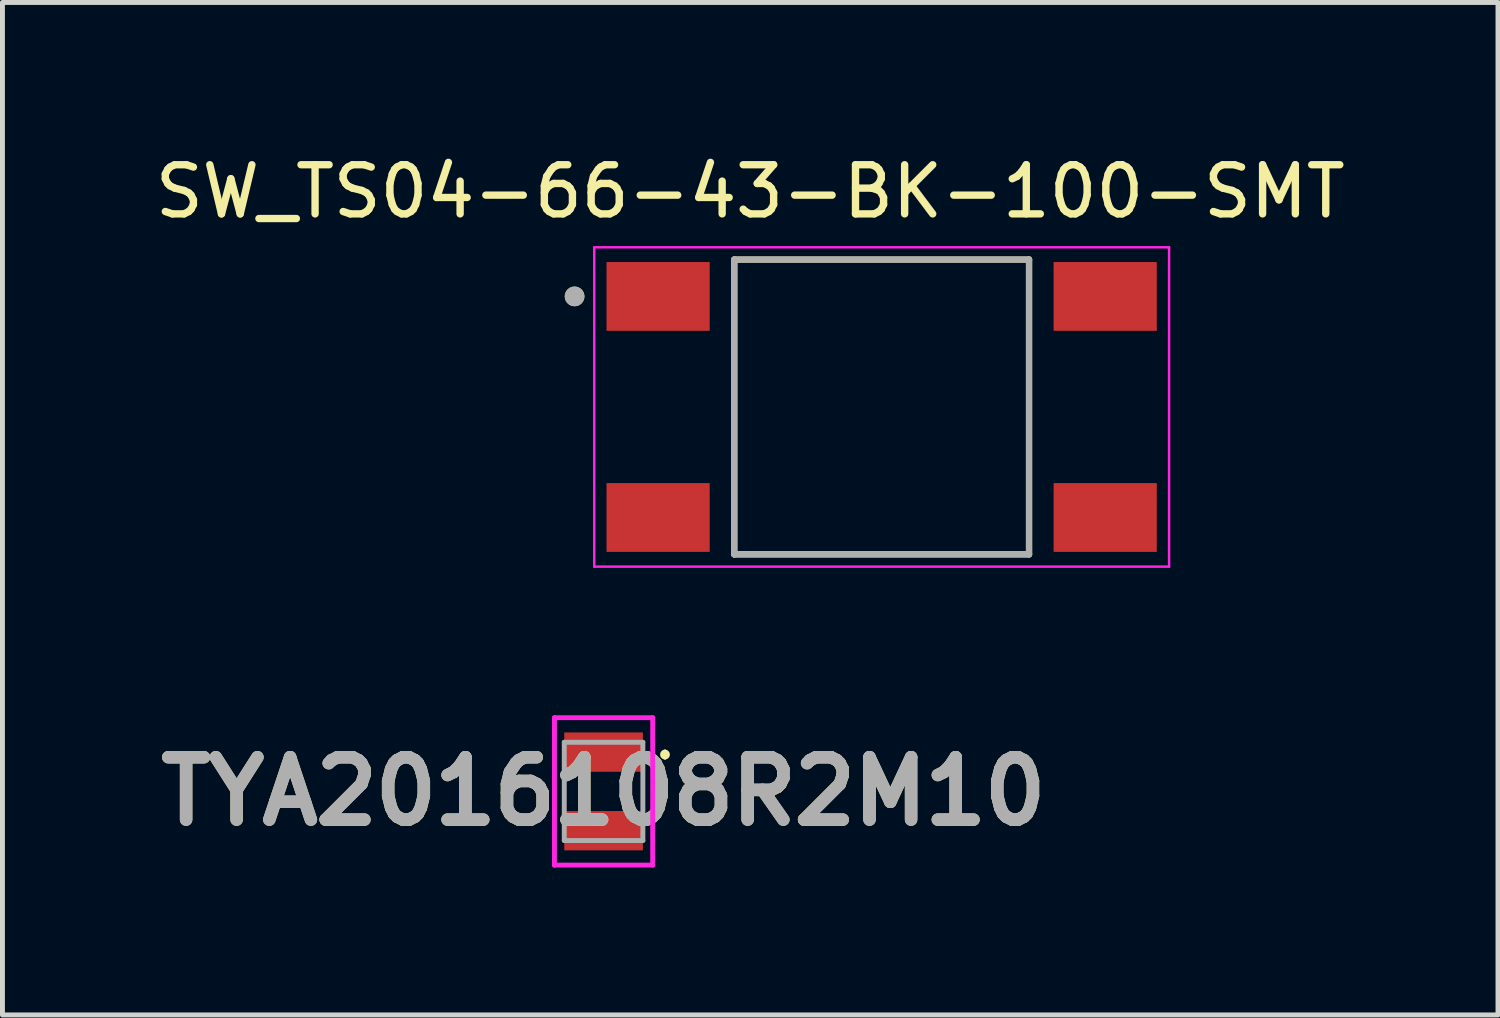
<source format=kicad_pcb>
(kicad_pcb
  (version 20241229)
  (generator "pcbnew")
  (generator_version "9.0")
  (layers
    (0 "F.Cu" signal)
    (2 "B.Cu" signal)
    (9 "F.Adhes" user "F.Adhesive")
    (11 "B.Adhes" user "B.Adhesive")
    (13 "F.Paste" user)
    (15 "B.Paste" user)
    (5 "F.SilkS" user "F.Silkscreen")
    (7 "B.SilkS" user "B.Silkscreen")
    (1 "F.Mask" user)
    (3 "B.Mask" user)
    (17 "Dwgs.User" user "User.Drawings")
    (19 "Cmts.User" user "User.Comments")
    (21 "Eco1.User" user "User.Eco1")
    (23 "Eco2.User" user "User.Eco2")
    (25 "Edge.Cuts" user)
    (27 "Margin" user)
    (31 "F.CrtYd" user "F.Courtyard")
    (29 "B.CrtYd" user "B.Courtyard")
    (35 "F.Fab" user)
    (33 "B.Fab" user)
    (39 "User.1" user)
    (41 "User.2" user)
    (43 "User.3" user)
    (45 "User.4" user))
  (footprint "SW_TS04-66-43-BK-100-SMT"
    (layer "F.Cu")
    (at 14.895 5.233)
    (property "Reference" "SW_TS04-66-43-BK-100-SMT" (at -2.675 -4.385 0) (layer "F.SilkS") (effects (font (size 1 1) (thickness 0.15))))
    (attr smd)
    (fp_line (start -3 -3) (end -3 3) (stroke (width 0.127) (type solid)) (layer "F.SilkS"))
    (fp_line (start -3 3) (end 3 3) (stroke (width 0.127) (type solid)) (layer "F.SilkS"))
    (fp_line (start 3 -3) (end -3 -3) (stroke (width 0.127) (type solid)) (layer "F.SilkS"))
    (fp_line (start 3 3) (end 3 -3) (stroke (width 0.127) (type solid)) (layer "F.SilkS"))
    (fp_circle (center -6.25 -2.25) (end -6.15 -2.25) (stroke (width 0.2) (type solid)) (fill no) (layer "F.SilkS"))
    (fp_line (start -5.85 -3.25) (end -5.85 3.25) (stroke (width 0.05) (type solid)) (layer "F.CrtYd"))
    (fp_line (start -5.85 3.25) (end 5.85 3.25) (stroke (width 0.05) (type solid)) (layer "F.CrtYd"))
    (fp_line (start 5.85 -3.25) (end -5.85 -3.25) (stroke (width 0.05) (type solid)) (layer "F.CrtYd"))
    (fp_line (start 5.85 3.25) (end 5.85 -3.25) (stroke (width 0.05) (type solid)) (layer "F.CrtYd"))
    (fp_line (start -3 -3) (end -3 3) (stroke (width 0.127) (type solid)) (layer "F.Fab"))
    (fp_line (start -3 3) (end 3 3) (stroke (width 0.127) (type solid)) (layer "F.Fab"))
    (fp_line (start 3 -3) (end -3 -3) (stroke (width 0.127) (type solid)) (layer "F.Fab"))
    (fp_line (start 3 3) (end 3 -3) (stroke (width 0.127) (type solid)) (layer "F.Fab"))
    (fp_circle (center -6.25 -2.25) (end -6.15 -2.25) (stroke (width 0.2) (type solid)) (fill no) (layer "F.Fab"))
    (pad "1" smd rect (at -4.55 -2.25) (size 2.1 1.4) (layers "F.Cu" "F.Mask" "F.Paste"))
    (pad "2" smd rect (at -4.55 2.25) (size 2.1 1.4) (layers "F.Cu" "F.Mask" "F.Paste"))
    (pad "3" smd rect (at 4.55 -2.25) (size 2.1 1.4) (layers "F.Cu" "F.Mask" "F.Paste"))
    (pad "4" smd rect (at 4.55 2.25) (size 2.1 1.4) (layers "F.Cu" "F.Mask" "F.Paste")))
  (footprint "TYA2016108R2M10"
    (layer "F.Cu")
    (at 9.235 13.058)
    (property "Reference" "TYA2016108R2M10" (at 0 0 0) (layer "F.SilkS") (effects (font (size 1.27 1.27) (thickness 0.254))))
    (attr smd)
    (fp_line (start 1.25 -0.8) (end 1.25 -0.8) (stroke (width 0.1) (type solid)) (layer "F.SilkS"))
    (fp_line (start 1.25 -0.7) (end 1.25 -0.7) (stroke (width 0.1) (type solid)) (layer "F.SilkS"))
    (fp_arc (start 1.25 -0.8) (mid 1.3 -0.75) (end 1.25 -0.7) (stroke (width 0.1) (type solid)) (layer "F.SilkS"))
    (fp_arc (start 1.25 -0.7) (mid 1.2 -0.75) (end 1.25 -0.8) (stroke (width 0.1) (type solid)) (layer "F.SilkS"))
    (fp_line (start -1 -1.5) (end 1 -1.5) (stroke (width 0.1) (type solid)) (layer "F.CrtYd"))
    (fp_line (start -1 1.5) (end -1 -1.5) (stroke (width 0.1) (type solid)) (layer "F.CrtYd"))
    (fp_line (start 1 -1.5) (end 1 1.5) (stroke (width 0.1) (type solid)) (layer "F.CrtYd"))
    (fp_line (start 1 1.5) (end -1 1.5) (stroke (width 0.1) (type solid)) (layer "F.CrtYd"))
    (fp_line (start -0.8 -1) (end 0.8 -1) (stroke (width 0.1) (type solid)) (layer "F.Fab"))
    (fp_line (start -0.8 1) (end -0.8 -1) (stroke (width 0.1) (type solid)) (layer "F.Fab"))
    (fp_line (start 0.8 -1) (end 0.8 1) (stroke (width 0.1) (type solid)) (layer "F.Fab"))
    (fp_line (start 0.8 1) (end -0.8 1) (stroke (width 0.1) (type solid)) (layer "F.Fab"))
    (fp_text user "${REFERENCE}" (at 0 0 0) (layer "F.Fab") (effects (font (size 1.27 1.27) (thickness 0.254))))
    (pad "1" smd rect (at 0 -0.8 90) (size 0.8 1.6) (layers "F.Cu" "F.Mask" "F.Paste"))
    (pad "2" smd rect (at 0 0.8 90) (size 0.8 1.6) (layers "F.Cu" "F.Mask" "F.Paste")))
  (gr_rect
    (start -3 -3)
    (end 27.44 17.608)
    (stroke (width 0.1) (type default))
    (fill no)
    (layer "Edge.Cuts")))
</source>
